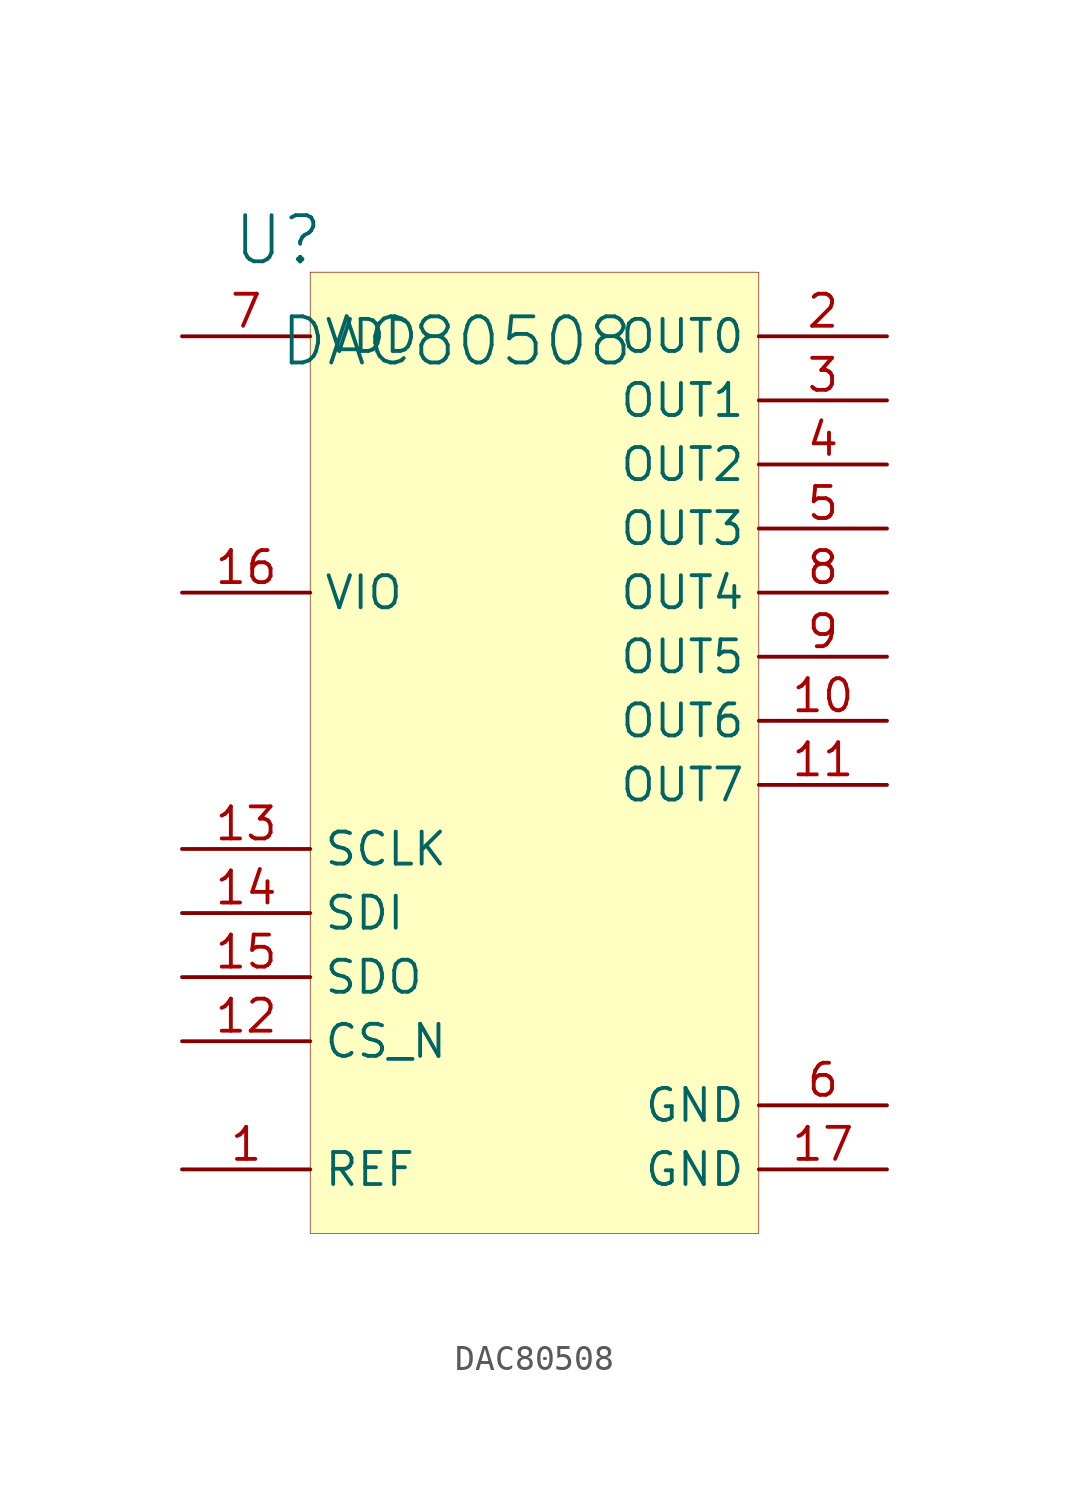
<source format=kicad_sym>
(kicad_symbol_lib
  (version 20231120)
  (generator "kicad_symbol_editor")
  (generator_version "8.0")
  (symbol "DAC80508"
    (property "Reference" "U"
      (at -1.27 1.27 0)
      (effects (font (size 1.829 1.829))))
    (property "Value" "DAC80508"
      (at -1.27 -3.81 0)
      (effects (font (size 1.829 1.829)) (justify left bottom)))
    (symbol "DAC80508_1_0"
      (rectangle (start 17.78 0) (end 0 -38.1) (stroke (width 0.025) (type solid) (color 128 0 0 1)) (fill (type background)))
      (pin input line (at -5.08 -35.56 0) (length 5.08) (name "REF" (effects (font (size 1.27 1.27)))) (number "1" (effects (font (size 1.27 1.27)))))
      (pin output line (at 22.86 -17.78 180) (length 5.08) (name "OUT6" (effects (font (size 1.27 1.27)))) (number "10" (effects (font (size 1.27 1.27)))))
      (pin output line (at 22.86 -20.32 180) (length 5.08) (name "OUT7" (effects (font (size 1.27 1.27)))) (number "11" (effects (font (size 1.27 1.27)))))
      (pin input line (at -5.08 -30.48 0) (length 5.08) (name "CS_N" (effects (font (size 1.27 1.27)))) (number "12" (effects (font (size 1.27 1.27)))))
      (pin input line (at -5.08 -22.86 0) (length 5.08) (name "SCLK" (effects (font (size 1.27 1.27)))) (number "13" (effects (font (size 1.27 1.27)))))
      (pin input line (at -5.08 -25.4 0) (length 5.08) (name "SDI" (effects (font (size 1.27 1.27)))) (number "14" (effects (font (size 1.27 1.27)))))
      (pin output line (at -5.08 -27.94 0) (length 5.08) (name "SDO" (effects (font (size 1.27 1.27)))) (number "15" (effects (font (size 1.27 1.27)))))
      (pin power_in line (at -5.08 -12.7 0) (length 5.08) (name "VIO" (effects (font (size 1.27 1.27)))) (number "16" (effects (font (size 1.27 1.27)))))
      (pin passive line (at 22.86 -35.56 180) (length 5.08) (name "GND" (effects (font (size 1.27 1.27)))) (number "17" (effects (font (size 1.27 1.27)))))
      (pin output line (at 22.86 -2.54 180) (length 5.08) (name "OUT0" (effects (font (size 1.27 1.27)))) (number "2" (effects (font (size 1.27 1.27)))))
      (pin output line (at 22.86 -5.08 180) (length 5.08) (name "OUT1" (effects (font (size 1.27 1.27)))) (number "3" (effects (font (size 1.27 1.27)))))
      (pin output line (at 22.86 -7.62 180) (length 5.08) (name "OUT2" (effects (font (size 1.27 1.27)))) (number "4" (effects (font (size 1.27 1.27)))))
      (pin output line (at 22.86 -10.16 180) (length 5.08) (name "OUT3" (effects (font (size 1.27 1.27)))) (number "5" (effects (font (size 1.27 1.27)))))
      (pin passive line (at 22.86 -33.02 180) (length 5.08) (name "GND" (effects (font (size 1.27 1.27)))) (number "6" (effects (font (size 1.27 1.27)))))
      (pin power_in line (at -5.08 -2.54 0) (length 5.08) (name "VDD" (effects (font (size 1.27 1.27)))) (number "7" (effects (font (size 1.27 1.27)))))
      (pin output line (at 22.86 -12.7 180) (length 5.08) (name "OUT4" (effects (font (size 1.27 1.27)))) (number "8" (effects (font (size 1.27 1.27)))))
      (pin output line (at 22.86 -15.24 180) (length 5.08) (name "OUT5" (effects (font (size 1.27 1.27)))) (number "9" (effects (font (size 1.27 1.27))))))))
</source>
